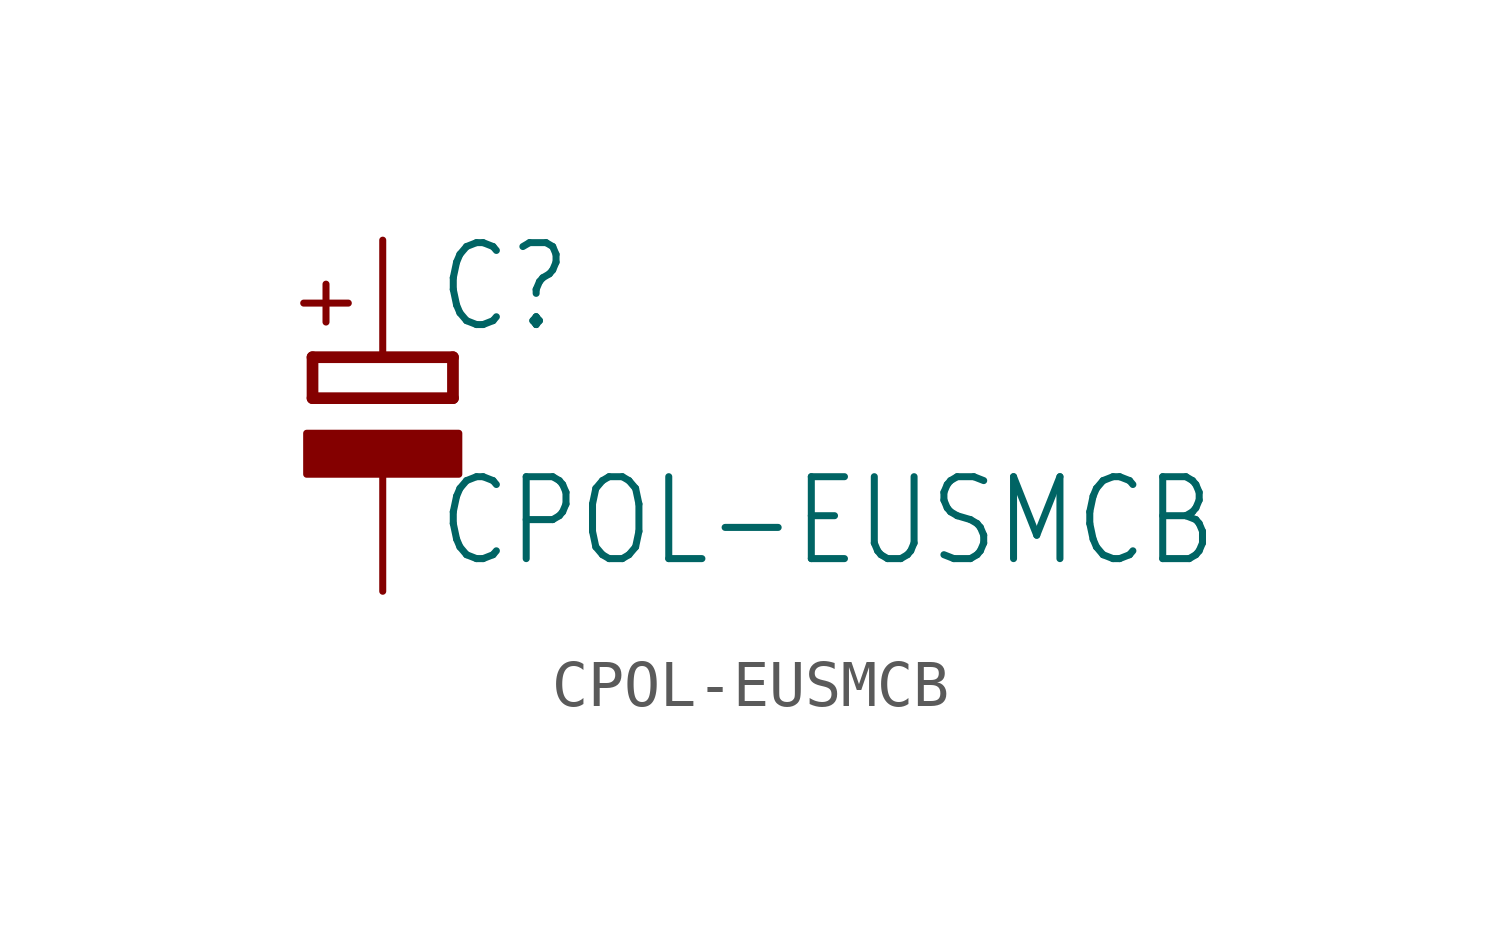
<source format=kicad_sym>
(kicad_symbol_lib
  (version 20220331)
  (generator kicad_symbol_editor)
  (symbol "CPOL-EUSMCB"
    (property "Reference" "C"
      (at 1.143 0.483 0)
      (effects (font (size 1.778 1.511)) (justify left bottom)))
    (property "Value" "CPOL-EUSMCB"
      (at 1.143 -4.597 0)
      (effects (font (size 1.778 1.511)) (justify left bottom)))
    (property "ki_locked" ""
      (at 0 0 0)
      (effects (font (size 1.27 1.27))))
    (symbol "CPOL-EUSMCB_1_0"
      (rectangle (start -1.651 -2.54) (end 1.651 -1.651) (stroke (width 0) (type default)) (fill (type outline)))
      (polyline (pts (xy -1.524 -0.889) (xy 1.524 -0.889)) (stroke (width 0.254) (type solid)) (fill (type none)))
      (polyline (pts (xy -1.524 0) (xy -1.524 -0.889)) (stroke (width 0.254) (type solid)) (fill (type none)))
      (polyline (pts (xy -1.524 0) (xy 1.524 0)) (stroke (width 0.254) (type solid)) (fill (type none)))
      (polyline (pts (xy 1.524 -0.889) (xy 1.524 0)) (stroke (width 0.254) (type solid)) (fill (type none)))
      (text "+" (at -0.584 0.406 900) (effects (font (size 1.27 1.079)) (justify left bottom)))
      (pin passive line (at 0 2.54 270) (length 2.54) (name "+" (effects (font (size 0 0)))) (number "+" (effects (font (size 0 0)))))
      (pin passive line (at 0 -5.08 90) (length 2.54) (name "-" (effects (font (size 0 0)))) (number "-" (effects (font (size 0 0))))))))
</source>
